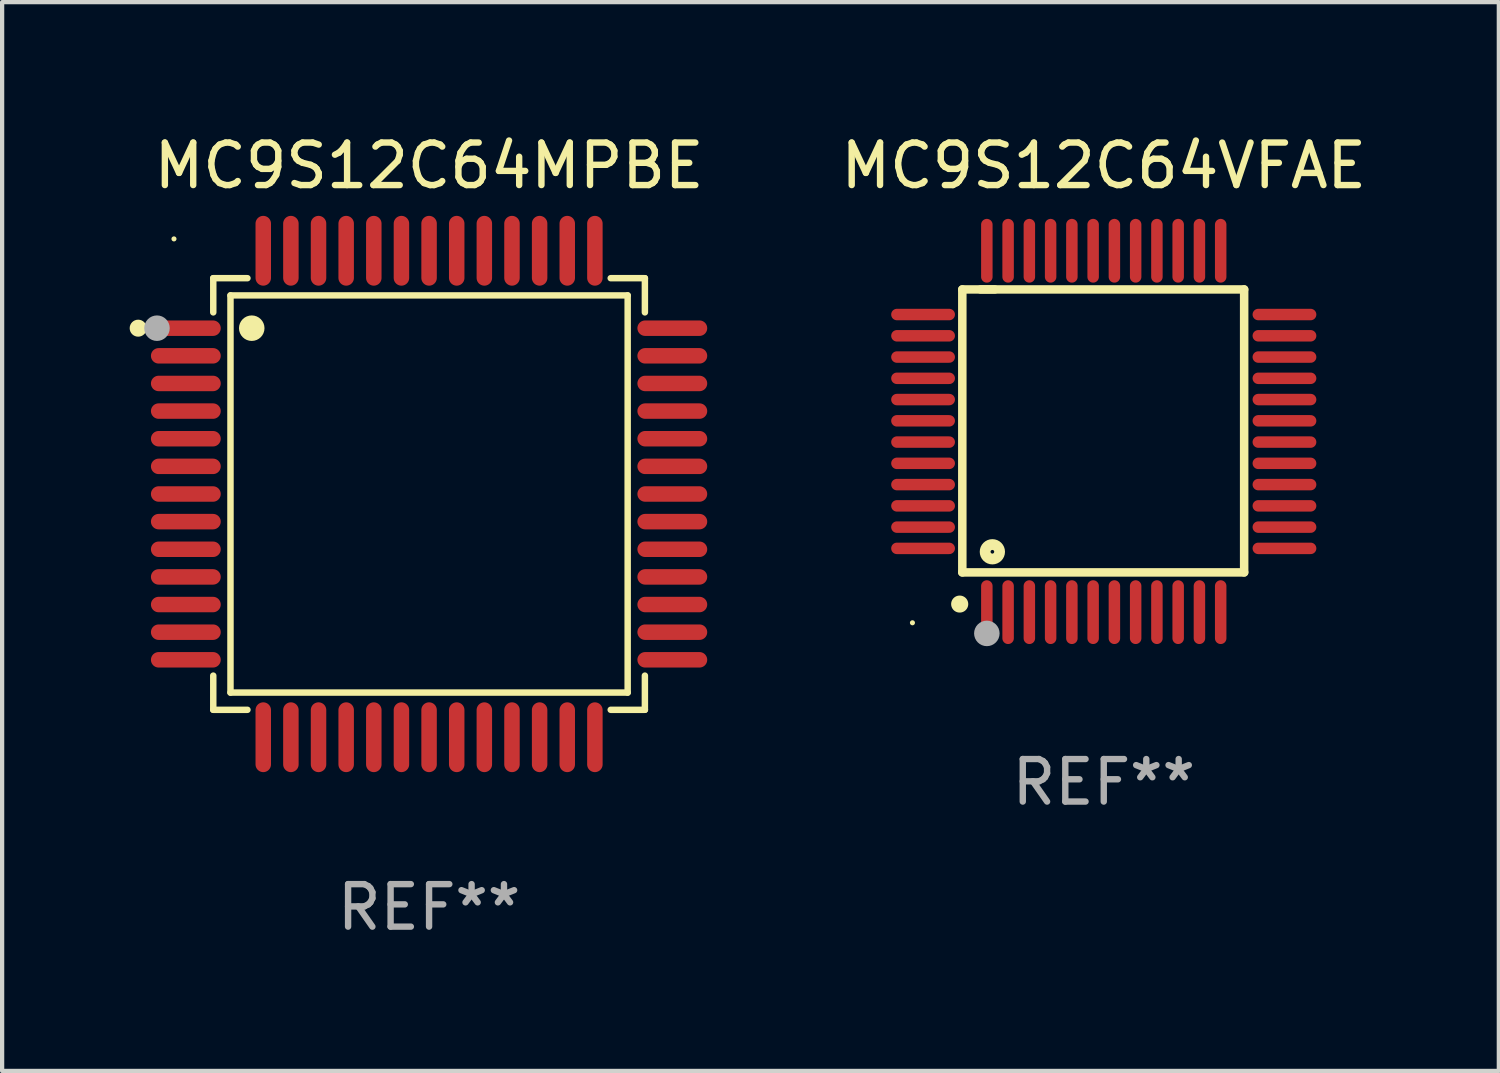
<source format=kicad_pcb>
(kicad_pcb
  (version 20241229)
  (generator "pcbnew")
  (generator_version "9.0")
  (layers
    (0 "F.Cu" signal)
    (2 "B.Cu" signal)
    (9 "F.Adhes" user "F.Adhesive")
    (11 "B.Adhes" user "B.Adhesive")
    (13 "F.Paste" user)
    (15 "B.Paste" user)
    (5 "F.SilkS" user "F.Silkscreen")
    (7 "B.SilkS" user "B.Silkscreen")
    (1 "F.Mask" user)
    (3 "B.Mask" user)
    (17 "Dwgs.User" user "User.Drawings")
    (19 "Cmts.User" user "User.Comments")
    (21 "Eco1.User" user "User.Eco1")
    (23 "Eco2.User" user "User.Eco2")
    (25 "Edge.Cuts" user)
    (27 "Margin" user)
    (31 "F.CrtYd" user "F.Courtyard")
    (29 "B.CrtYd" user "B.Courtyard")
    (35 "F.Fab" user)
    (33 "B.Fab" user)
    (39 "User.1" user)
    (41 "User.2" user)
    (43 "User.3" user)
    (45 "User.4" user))
  (footprint "MC9S12C64VFAE"
    (layer "F.Cu")
    (at 22.911 7.098)
    (property "Reference" "MC9S12C64VFAE" (at 0 -6.25 0) (layer "F.SilkS") (effects (font (size 1 1) (thickness 0.15))))
    (attr through_hole)
    (fp_line (start -3.327 -3.34) (end -2.565 -3.34) (stroke (width 0.2) (type solid)) (layer "F.SilkS"))
    (fp_line (start -3.327 3.315) (end -3.327 -3.34) (stroke (width 0.2) (type solid)) (layer "F.SilkS"))
    (fp_line (start -2.896 -3.34) (end 3.302 -3.34) (stroke (width 0.2) (type solid)) (layer "F.SilkS"))
    (fp_line (start 3.302 -3.34) (end 3.302 3.315) (stroke (width 0.2) (type solid)) (layer "F.SilkS"))
    (fp_line (start 3.302 3.315) (end -3.327 3.315) (stroke (width 0.2) (type solid)) (layer "F.SilkS"))
    (fp_arc (start -3.389992 4.059995) (mid -3.388722 4.059991) (end -3.387452 4.059995) (stroke (width 0.4) (type solid)) (layer "F.SilkS"))
    (fp_circle (center -4.5 4.5) (end -4.47 4.5) (stroke (width 0.06) (type solid)) (fill no) (layer "F.SilkS"))
    (fp_circle (center -2.62 2.83) (end -2.45 2.83) (stroke (width 0.254) (type solid)) (fill no) (layer "F.SilkS"))
    (fp_circle (center -2.75 4.75) (end -2.6 4.75) (stroke (width 0.3) (type solid)) (fill no) (layer "F.Fab"))
    (fp_text user "REF**" (at 0 8.25 0) (layer "F.Fab") (effects (font (size 1 1) (thickness 0.15))))
    (pad "1" smd oval (at -2.75 4.25) (size 0.27 1.5) (layers "F.Cu" "F.Mask" "F.Paste"))
    (pad "2" smd oval (at -2.25 4.25) (size 0.27 1.5) (layers "F.Cu" "F.Mask" "F.Paste"))
    (pad "3" smd oval (at -1.75 4.25) (size 0.27 1.5) (layers "F.Cu" "F.Mask" "F.Paste"))
    (pad "4" smd oval (at -1.25 4.25) (size 0.27 1.5) (layers "F.Cu" "F.Mask" "F.Paste"))
    (pad "5" smd oval (at -0.75 4.25) (size 0.27 1.5) (layers "F.Cu" "F.Mask" "F.Paste"))
    (pad "6" smd oval (at -0.25 4.25) (size 0.27 1.5) (layers "F.Cu" "F.Mask" "F.Paste"))
    (pad "7" smd oval (at 0.25 4.25) (size 0.27 1.5) (layers "F.Cu" "F.Mask" "F.Paste"))
    (pad "8" smd oval (at 0.75 4.25) (size 0.27 1.5) (layers "F.Cu" "F.Mask" "F.Paste"))
    (pad "9" smd oval (at 1.25 4.25) (size 0.27 1.5) (layers "F.Cu" "F.Mask" "F.Paste"))
    (pad "10" smd oval (at 1.75 4.25) (size 0.27 1.5) (layers "F.Cu" "F.Mask" "F.Paste"))
    (pad "11" smd oval (at 2.25 4.25) (size 0.27 1.5) (layers "F.Cu" "F.Mask" "F.Paste"))
    (pad "12" smd oval (at 2.75 4.25) (size 0.27 1.5) (layers "F.Cu" "F.Mask" "F.Paste"))
    (pad "13" smd oval (at 4.25 2.75) (size 1.5 0.27) (layers "F.Cu" "F.Mask" "F.Paste"))
    (pad "14" smd oval (at 4.25 2.25) (size 1.5 0.27) (layers "F.Cu" "F.Mask" "F.Paste"))
    (pad "15" smd oval (at 4.25 1.75) (size 1.5 0.27) (layers "F.Cu" "F.Mask" "F.Paste"))
    (pad "16" smd oval (at 4.25 1.25) (size 1.5 0.27) (layers "F.Cu" "F.Mask" "F.Paste"))
    (pad "17" smd oval (at 4.25 0.75) (size 1.5 0.27) (layers "F.Cu" "F.Mask" "F.Paste"))
    (pad "18" smd oval (at 4.25 0.25) (size 1.5 0.27) (layers "F.Cu" "F.Mask" "F.Paste"))
    (pad "19" smd oval (at 4.25 -0.25) (size 1.5 0.27) (layers "F.Cu" "F.Mask" "F.Paste"))
    (pad "20" smd oval (at 4.25 -0.75) (size 1.5 0.27) (layers "F.Cu" "F.Mask" "F.Paste"))
    (pad "21" smd oval (at 4.25 -1.25) (size 1.5 0.27) (layers "F.Cu" "F.Mask" "F.Paste"))
    (pad "22" smd oval (at 4.25 -1.75) (size 1.5 0.27) (layers "F.Cu" "F.Mask" "F.Paste"))
    (pad "23" smd oval (at 4.25 -2.25) (size 1.5 0.27) (layers "F.Cu" "F.Mask" "F.Paste"))
    (pad "24" smd oval (at 4.25 -2.75) (size 1.5 0.27) (layers "F.Cu" "F.Mask" "F.Paste"))
    (pad "25" smd oval (at 2.75 -4.25) (size 0.27 1.5) (layers "F.Cu" "F.Mask" "F.Paste"))
    (pad "26" smd oval (at 2.25 -4.25) (size 0.27 1.5) (layers "F.Cu" "F.Mask" "F.Paste"))
    (pad "27" smd oval (at 1.75 -4.25) (size 0.27 1.5) (layers "F.Cu" "F.Mask" "F.Paste"))
    (pad "28" smd oval (at 1.25 -4.25) (size 0.27 1.5) (layers "F.Cu" "F.Mask" "F.Paste"))
    (pad "29" smd oval (at 0.75 -4.25) (size 0.27 1.5) (layers "F.Cu" "F.Mask" "F.Paste"))
    (pad "30" smd oval (at 0.25 -4.25) (size 0.27 1.5) (layers "F.Cu" "F.Mask" "F.Paste"))
    (pad "31" smd oval (at -0.25 -4.25) (size 0.27 1.5) (layers "F.Cu" "F.Mask" "F.Paste"))
    (pad "32" smd oval (at -0.75 -4.25) (size 0.27 1.5) (layers "F.Cu" "F.Mask" "F.Paste"))
    (pad "33" smd oval (at -1.25 -4.25) (size 0.27 1.5) (layers "F.Cu" "F.Mask" "F.Paste"))
    (pad "34" smd oval (at -1.75 -4.25) (size 0.27 1.5) (layers "F.Cu" "F.Mask" "F.Paste"))
    (pad "35" smd oval (at -2.25 -4.25) (size 0.27 1.5) (layers "F.Cu" "F.Mask" "F.Paste"))
    (pad "36" smd oval (at -2.75 -4.25) (size 0.27 1.5) (layers "F.Cu" "F.Mask" "F.Paste"))
    (pad "37" smd oval (at -4.25 -2.75) (size 1.5 0.27) (layers "F.Cu" "F.Mask" "F.Paste"))
    (pad "38" smd oval (at -4.25 -2.25) (size 1.5 0.27) (layers "F.Cu" "F.Mask" "F.Paste"))
    (pad "39" smd oval (at -4.25 -1.75) (size 1.5 0.27) (layers "F.Cu" "F.Mask" "F.Paste"))
    (pad "40" smd oval (at -4.25 -1.25) (size 1.5 0.27) (layers "F.Cu" "F.Mask" "F.Paste"))
    (pad "41" smd oval (at -4.25 -0.75) (size 1.5 0.27) (layers "F.Cu" "F.Mask" "F.Paste"))
    (pad "42" smd oval (at -4.25 -0.25) (size 1.5 0.27) (layers "F.Cu" "F.Mask" "F.Paste"))
    (pad "43" smd oval (at -4.25 0.25) (size 1.5 0.27) (layers "F.Cu" "F.Mask" "F.Paste"))
    (pad "44" smd oval (at -4.25 0.75) (size 1.5 0.27) (layers "F.Cu" "F.Mask" "F.Paste"))
    (pad "45" smd oval (at -4.25 1.25) (size 1.5 0.27) (layers "F.Cu" "F.Mask" "F.Paste"))
    (pad "46" smd oval (at -4.25 1.75) (size 1.5 0.27) (layers "F.Cu" "F.Mask" "F.Paste"))
    (pad "47" smd oval (at -4.25 2.25) (size 1.5 0.27) (layers "F.Cu" "F.Mask" "F.Paste"))
    (pad "48" smd oval (at -4.25 2.75) (size 1.5 0.27) (layers "F.Cu" "F.Mask" "F.Paste")))
  (footprint "MC9S12C64MPBE"
    (layer "F.Cu")
    (at 7.042 8.569)
    (property "Reference" "MC9S12C64MPBE" (at 0 -7.721 0) (layer "F.SilkS") (effects (font (size 1 1) (thickness 0.15))))
    (attr through_hole)
    (fp_line (start -5.076 -5.076) (end -5.076 -4.272) (stroke (width 0.152) (type solid)) (layer "F.SilkS"))
    (fp_line (start -5.076 5.076) (end -5.076 4.272) (stroke (width 0.152) (type solid)) (layer "F.SilkS"))
    (fp_line (start -4.671 -4.671) (end 4.671 -4.671) (stroke (width 0.152) (type solid)) (layer "F.SilkS"))
    (fp_line (start -4.671 4.671) (end -4.671 -4.671) (stroke (width 0.152) (type solid)) (layer "F.SilkS"))
    (fp_line (start -4.272 -5.076) (end -5.076 -5.076) (stroke (width 0.152) (type solid)) (layer "F.SilkS"))
    (fp_line (start -4.272 5.076) (end -5.076 5.076) (stroke (width 0.152) (type solid)) (layer "F.SilkS"))
    (fp_line (start 4.272 -5.076) (end 5.076 -5.076) (stroke (width 0.152) (type solid)) (layer "F.SilkS"))
    (fp_line (start 4.272 5.076) (end 5.076 5.076) (stroke (width 0.152) (type solid)) (layer "F.SilkS"))
    (fp_line (start 4.671 -4.671) (end 4.671 4.671) (stroke (width 0.152) (type solid)) (layer "F.SilkS"))
    (fp_line (start 4.671 4.671) (end -4.671 4.671) (stroke (width 0.152) (type solid)) (layer "F.SilkS"))
    (fp_line (start 5.076 -5.076) (end 5.076 -4.272) (stroke (width 0.152) (type solid)) (layer "F.SilkS"))
    (fp_line (start 5.076 5.076) (end 5.076 4.272) (stroke (width 0.152) (type solid)) (layer "F.SilkS"))
    (fp_circle (center -6.842 -3.9) (end -6.742 -3.9) (stroke (width 0.2) (type solid)) (fill no) (layer "F.SilkS"))
    (fp_circle (center -6 -6) (end -5.97 -6) (stroke (width 0.06) (type solid)) (fill no) (layer "F.SilkS"))
    (fp_circle (center -4.171 -3.9) (end -4.021 -3.9) (stroke (width 0.3) (type solid)) (fill no) (layer "F.SilkS"))
    (fp_circle (center -6.4 -3.9) (end -6.25 -3.9) (stroke (width 0.3) (type solid)) (fill no) (layer "F.Fab"))
    (fp_text user "REF**" (at 0 9.721 0) (layer "F.Fab") (effects (font (size 1 1) (thickness 0.15))))
    (pad "1" smd oval (at -5.721 -3.9 90) (size 0.364 1.642) (layers "F.Cu" "F.Mask" "F.Paste"))
    (pad "2" smd oval (at -5.721 -3.25 90) (size 0.364 1.642) (layers "F.Cu" "F.Mask" "F.Paste"))
    (pad "3" smd oval (at -5.721 -2.6 90) (size 0.364 1.642) (layers "F.Cu" "F.Mask" "F.Paste"))
    (pad "4" smd oval (at -5.721 -1.95 90) (size 0.364 1.642) (layers "F.Cu" "F.Mask" "F.Paste"))
    (pad "5" smd oval (at -5.721 -1.3 90) (size 0.364 1.642) (layers "F.Cu" "F.Mask" "F.Paste"))
    (pad "6" smd oval (at -5.721 -0.65 90) (size 0.364 1.642) (layers "F.Cu" "F.Mask" "F.Paste"))
    (pad "7" smd oval (at -5.721 0 90) (size 0.364 1.642) (layers "F.Cu" "F.Mask" "F.Paste"))
    (pad "8" smd oval (at -5.721 0.65 90) (size 0.364 1.642) (layers "F.Cu" "F.Mask" "F.Paste"))
    (pad "9" smd oval (at -5.721 1.3 90) (size 0.364 1.642) (layers "F.Cu" "F.Mask" "F.Paste"))
    (pad "10" smd oval (at -5.721 1.95 90) (size 0.364 1.642) (layers "F.Cu" "F.Mask" "F.Paste"))
    (pad "11" smd oval (at -5.721 2.6 90) (size 0.364 1.642) (layers "F.Cu" "F.Mask" "F.Paste"))
    (pad "12" smd oval (at -5.721 3.25 90) (size 0.364 1.642) (layers "F.Cu" "F.Mask" "F.Paste"))
    (pad "13" smd oval (at -5.721 3.9 90) (size 0.364 1.642) (layers "F.Cu" "F.Mask" "F.Paste"))
    (pad "14" smd oval (at -3.9 5.721 90) (size 1.642 0.364) (layers "F.Cu" "F.Mask" "F.Paste"))
    (pad "15" smd oval (at -3.25 5.721 90) (size 1.642 0.364) (layers "F.Cu" "F.Mask" "F.Paste"))
    (pad "16" smd oval (at -2.6 5.721 90) (size 1.642 0.364) (layers "F.Cu" "F.Mask" "F.Paste"))
    (pad "17" smd oval (at -1.95 5.721 90) (size 1.642 0.364) (layers "F.Cu" "F.Mask" "F.Paste"))
    (pad "18" smd oval (at -1.3 5.721 90) (size 1.642 0.364) (layers "F.Cu" "F.Mask" "F.Paste"))
    (pad "19" smd oval (at -0.65 5.721 90) (size 1.642 0.364) (layers "F.Cu" "F.Mask" "F.Paste"))
    (pad "20" smd oval (at 0 5.721 90) (size 1.642 0.364) (layers "F.Cu" "F.Mask" "F.Paste"))
    (pad "21" smd oval (at 0.65 5.721 90) (size 1.642 0.364) (layers "F.Cu" "F.Mask" "F.Paste"))
    (pad "22" smd oval (at 1.3 5.721 90) (size 1.642 0.364) (layers "F.Cu" "F.Mask" "F.Paste"))
    (pad "23" smd oval (at 1.95 5.721 90) (size 1.642 0.364) (layers "F.Cu" "F.Mask" "F.Paste"))
    (pad "24" smd oval (at 2.6 5.721 90) (size 1.642 0.364) (layers "F.Cu" "F.Mask" "F.Paste"))
    (pad "25" smd oval (at 3.25 5.721 90) (size 1.642 0.364) (layers "F.Cu" "F.Mask" "F.Paste"))
    (pad "26" smd oval (at 3.9 5.721 90) (size 1.642 0.364) (layers "F.Cu" "F.Mask" "F.Paste"))
    (pad "27" smd oval (at 5.721 3.9 90) (size 0.364 1.642) (layers "F.Cu" "F.Mask" "F.Paste"))
    (pad "28" smd oval (at 5.721 3.25 90) (size 0.364 1.642) (layers "F.Cu" "F.Mask" "F.Paste"))
    (pad "29" smd oval (at 5.721 2.6 90) (size 0.364 1.642) (layers "F.Cu" "F.Mask" "F.Paste"))
    (pad "30" smd oval (at 5.721 1.95 90) (size 0.364 1.642) (layers "F.Cu" "F.Mask" "F.Paste"))
    (pad "31" smd oval (at 5.721 1.3 90) (size 0.364 1.642) (layers "F.Cu" "F.Mask" "F.Paste"))
    (pad "32" smd oval (at 5.721 0.65 90) (size 0.364 1.642) (layers "F.Cu" "F.Mask" "F.Paste"))
    (pad "33" smd oval (at 5.721 0 90) (size 0.364 1.642) (layers "F.Cu" "F.Mask" "F.Paste"))
    (pad "34" smd oval (at 5.721 -0.65 90) (size 0.364 1.642) (layers "F.Cu" "F.Mask" "F.Paste"))
    (pad "35" smd oval (at 5.721 -1.3 90) (size 0.364 1.642) (layers "F.Cu" "F.Mask" "F.Paste"))
    (pad "36" smd oval (at 5.721 -1.95 90) (size 0.364 1.642) (layers "F.Cu" "F.Mask" "F.Paste"))
    (pad "37" smd oval (at 5.721 -2.6 90) (size 0.364 1.642) (layers "F.Cu" "F.Mask" "F.Paste"))
    (pad "38" smd oval (at 5.721 -3.25 90) (size 0.364 1.642) (layers "F.Cu" "F.Mask" "F.Paste"))
    (pad "39" smd oval (at 5.721 -3.9 90) (size 0.364 1.642) (layers "F.Cu" "F.Mask" "F.Paste"))
    (pad "40" smd oval (at 3.9 -5.721 90) (size 1.642 0.364) (layers "F.Cu" "F.Mask" "F.Paste"))
    (pad "41" smd oval (at 3.25 -5.721 90) (size 1.642 0.364) (layers "F.Cu" "F.Mask" "F.Paste"))
    (pad "42" smd oval (at 2.6 -5.721 90) (size 1.642 0.364) (layers "F.Cu" "F.Mask" "F.Paste"))
    (pad "43" smd oval (at 1.95 -5.721 90) (size 1.642 0.364) (layers "F.Cu" "F.Mask" "F.Paste"))
    (pad "44" smd oval (at 1.3 -5.721 90) (size 1.642 0.364) (layers "F.Cu" "F.Mask" "F.Paste"))
    (pad "45" smd oval (at 0.65 -5.721 90) (size 1.642 0.364) (layers "F.Cu" "F.Mask" "F.Paste"))
    (pad "46" smd oval (at 0 -5.721 90) (size 1.642 0.364) (layers "F.Cu" "F.Mask" "F.Paste"))
    (pad "47" smd oval (at -0.65 -5.721 90) (size 1.642 0.364) (layers "F.Cu" "F.Mask" "F.Paste"))
    (pad "48" smd oval (at -1.3 -5.721 90) (size 1.642 0.364) (layers "F.Cu" "F.Mask" "F.Paste"))
    (pad "49" smd oval (at -1.95 -5.721 90) (size 1.642 0.364) (layers "F.Cu" "F.Mask" "F.Paste"))
    (pad "50" smd oval (at -2.6 -5.721 90) (size 1.642 0.364) (layers "F.Cu" "F.Mask" "F.Paste"))
    (pad "51" smd oval (at -3.25 -5.721 90) (size 1.642 0.364) (layers "F.Cu" "F.Mask" "F.Paste"))
    (pad "52" smd oval (at -3.9 -5.721 90) (size 1.642 0.364) (layers "F.Cu" "F.Mask" "F.Paste")))
  (gr_rect
    (start -3 -3)
    (end 32.203 22.139)
    (stroke (width 0.1) (type default))
    (fill no)
    (layer "Edge.Cuts")))
</source>
